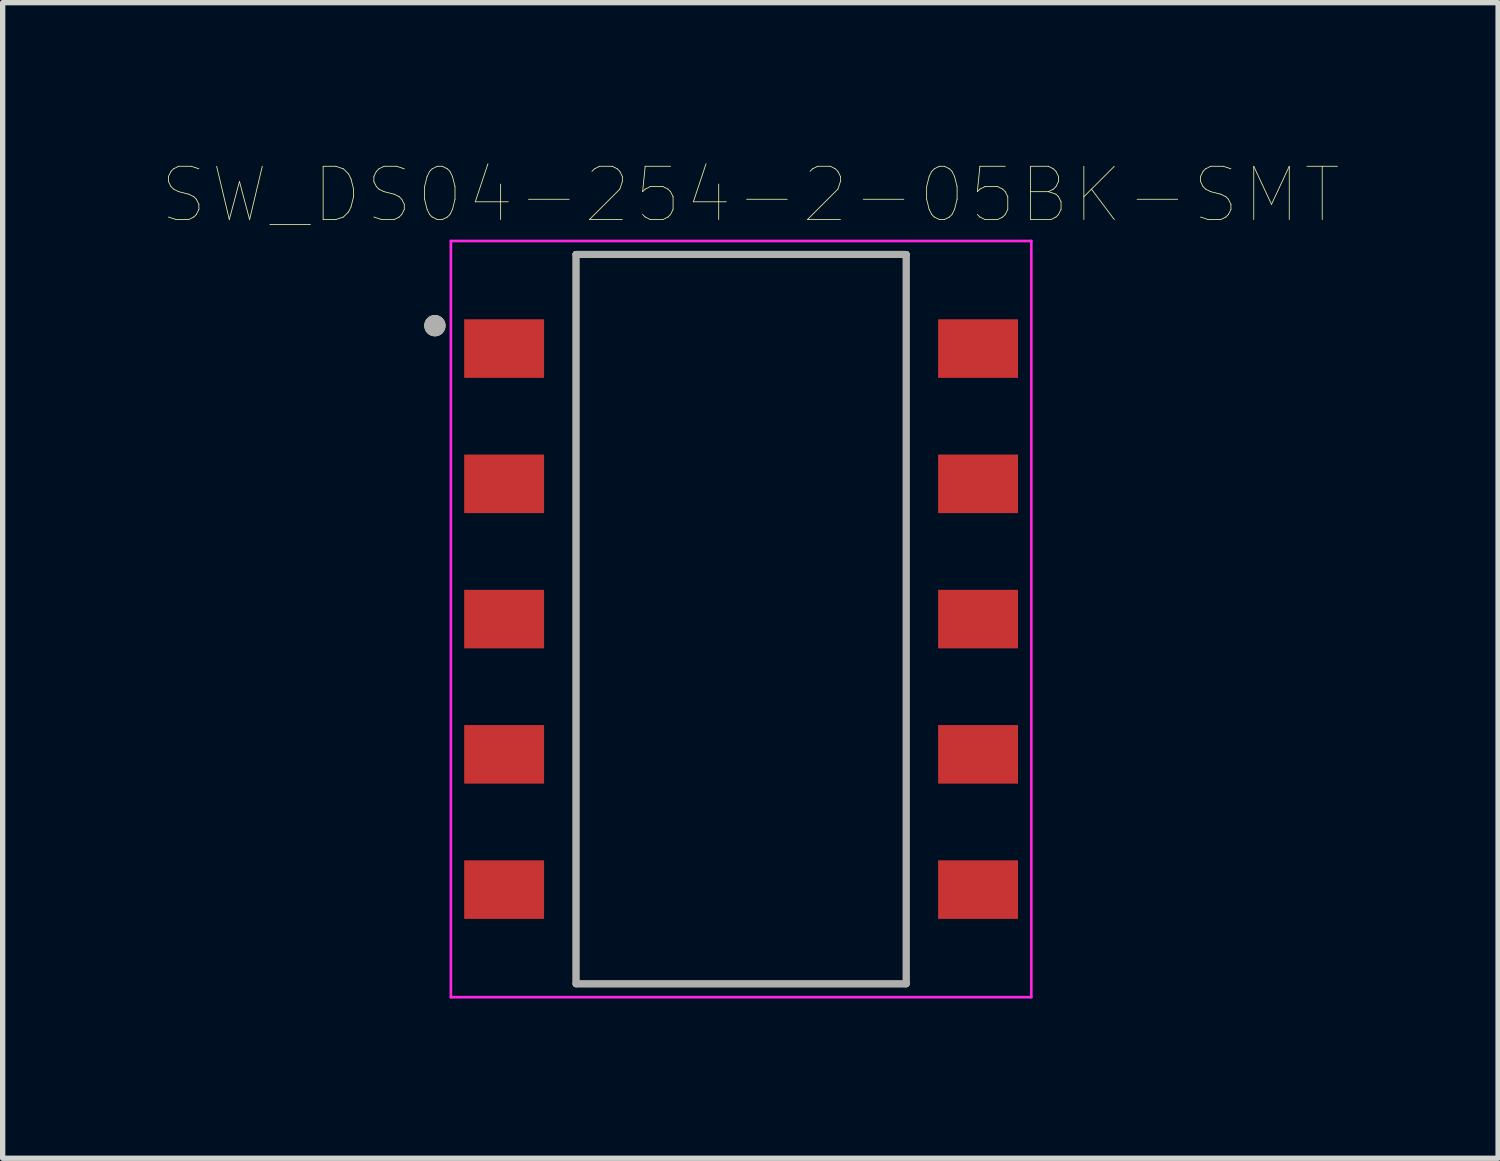
<source format=kicad_pcb>
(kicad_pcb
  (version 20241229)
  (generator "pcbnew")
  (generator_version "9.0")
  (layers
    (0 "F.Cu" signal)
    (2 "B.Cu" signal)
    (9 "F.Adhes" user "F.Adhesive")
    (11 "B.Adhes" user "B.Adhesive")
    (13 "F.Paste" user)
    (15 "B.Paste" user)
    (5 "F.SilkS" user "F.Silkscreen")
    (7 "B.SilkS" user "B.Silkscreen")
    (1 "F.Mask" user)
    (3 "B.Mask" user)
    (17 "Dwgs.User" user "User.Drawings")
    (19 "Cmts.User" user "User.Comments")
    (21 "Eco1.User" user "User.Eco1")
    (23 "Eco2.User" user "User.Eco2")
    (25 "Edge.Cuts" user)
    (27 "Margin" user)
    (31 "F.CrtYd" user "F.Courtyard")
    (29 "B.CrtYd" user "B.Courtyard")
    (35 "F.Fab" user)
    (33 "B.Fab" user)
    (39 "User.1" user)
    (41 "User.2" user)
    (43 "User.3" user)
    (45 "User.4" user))
  (footprint "SW_DS04-254-2-05BK-SMT"
    (layer "F.Cu")
    (at 10.867 8.576)
    (property "Reference" "SW_DS04-254-2-05BK-SMT" (at 0.175 -7.965 0) (layer "F.SilkS") (effects (font (size 1 1) (thickness 0.015))))
    (attr through_hole)
    (fp_line (start -3.1 -6.85) (end 3.1 -6.85) (stroke (width 0.127) (type solid)) (layer "F.SilkS"))
    (fp_line (start -3.1 6.85) (end -3.1 -6.85) (stroke (width 0.127) (type solid)) (layer "F.SilkS"))
    (fp_line (start 3.1 -6.85) (end 3.1 6.85) (stroke (width 0.127) (type solid)) (layer "F.SilkS"))
    (fp_line (start 3.1 6.85) (end -3.1 6.85) (stroke (width 0.127) (type solid)) (layer "F.SilkS"))
    (fp_circle (center -5.75 -5.51) (end -5.65 -5.51) (stroke (width 0.2) (type solid)) (fill no) (layer "F.SilkS"))
    (fp_line (start -5.45 -7.1) (end -5.45 7.1) (stroke (width 0.05) (type solid)) (layer "F.CrtYd"))
    (fp_line (start -5.45 7.1) (end 5.45 7.1) (stroke (width 0.05) (type solid)) (layer "F.CrtYd"))
    (fp_line (start 5.45 -7.1) (end -5.45 -7.1) (stroke (width 0.05) (type solid)) (layer "F.CrtYd"))
    (fp_line (start 5.45 7.1) (end 5.45 -7.1) (stroke (width 0.05) (type solid)) (layer "F.CrtYd"))
    (fp_line (start -3.1 -6.85) (end 3.1 -6.85) (stroke (width 0.127) (type solid)) (layer "F.Fab"))
    (fp_line (start -3.1 6.85) (end -3.1 -6.85) (stroke (width 0.127) (type solid)) (layer "F.Fab"))
    (fp_line (start 3.1 -6.85) (end 3.1 6.85) (stroke (width 0.127) (type solid)) (layer "F.Fab"))
    (fp_line (start 3.1 6.85) (end -3.1 6.85) (stroke (width 0.127) (type solid)) (layer "F.Fab"))
    (fp_circle (center -5.75 -5.51) (end -5.65 -5.51) (stroke (width 0.2) (type solid)) (fill no) (layer "F.Fab"))
    (pad "1A" smd rect (at -4.45 -5.08) (size 1.5 1.1) (layers "F.Cu" "F.Mask" "F.Paste"))
    (pad "1B" smd rect (at 4.45 -5.08) (size 1.5 1.1) (layers "F.Cu" "F.Mask" "F.Paste"))
    (pad "2A" smd rect (at -4.45 -2.54) (size 1.5 1.1) (layers "F.Cu" "F.Mask" "F.Paste"))
    (pad "2B" smd rect (at 4.45 -2.54) (size 1.5 1.1) (layers "F.Cu" "F.Mask" "F.Paste"))
    (pad "3A" smd rect (at -4.45 0) (size 1.5 1.1) (layers "F.Cu" "F.Mask" "F.Paste"))
    (pad "3B" smd rect (at 4.45 0) (size 1.5 1.1) (layers "F.Cu" "F.Mask" "F.Paste"))
    (pad "4A" smd rect (at -4.45 2.54) (size 1.5 1.1) (layers "F.Cu" "F.Mask" "F.Paste"))
    (pad "4B" smd rect (at 4.45 2.54) (size 1.5 1.1) (layers "F.Cu" "F.Mask" "F.Paste"))
    (pad "5A" smd rect (at -4.45 5.08) (size 1.5 1.1) (layers "F.Cu" "F.Mask" "F.Paste"))
    (pad "5B" smd rect (at 4.45 5.08) (size 1.5 1.1) (layers "F.Cu" "F.Mask" "F.Paste")))
  (gr_rect
    (start -3 -3)
    (end 25.083 18.701)
    (stroke (width 0.1) (type default))
    (fill no)
    (layer "Edge.Cuts")))
</source>
